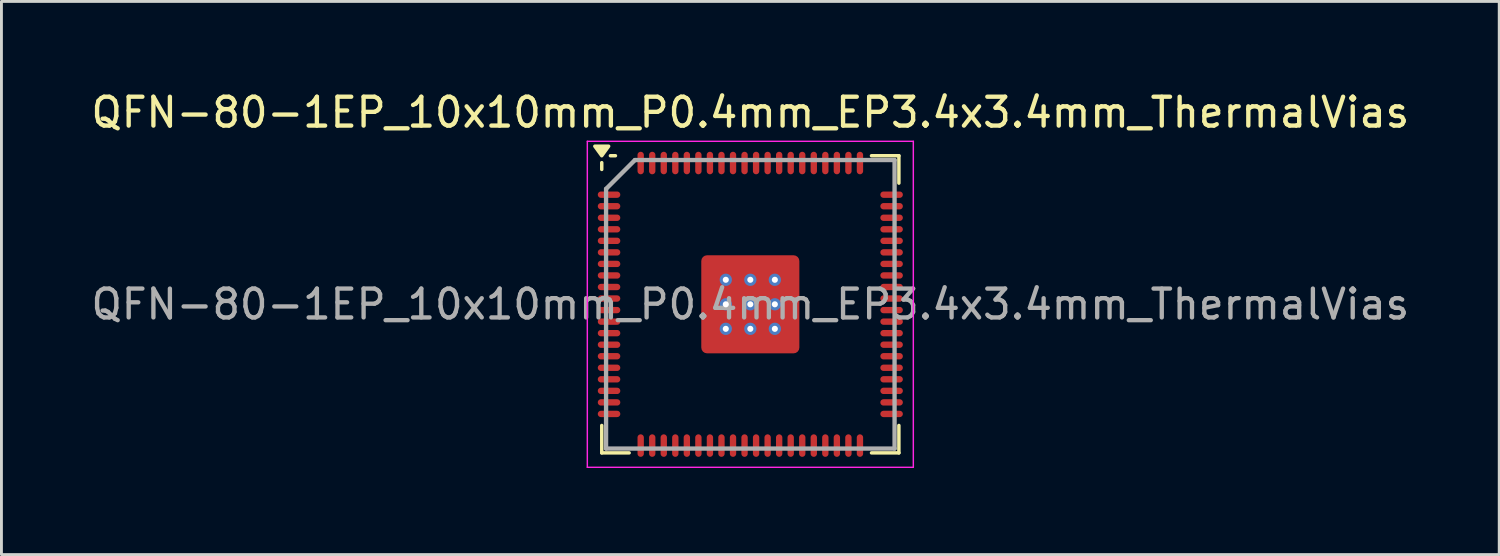
<source format=kicad_pcb>
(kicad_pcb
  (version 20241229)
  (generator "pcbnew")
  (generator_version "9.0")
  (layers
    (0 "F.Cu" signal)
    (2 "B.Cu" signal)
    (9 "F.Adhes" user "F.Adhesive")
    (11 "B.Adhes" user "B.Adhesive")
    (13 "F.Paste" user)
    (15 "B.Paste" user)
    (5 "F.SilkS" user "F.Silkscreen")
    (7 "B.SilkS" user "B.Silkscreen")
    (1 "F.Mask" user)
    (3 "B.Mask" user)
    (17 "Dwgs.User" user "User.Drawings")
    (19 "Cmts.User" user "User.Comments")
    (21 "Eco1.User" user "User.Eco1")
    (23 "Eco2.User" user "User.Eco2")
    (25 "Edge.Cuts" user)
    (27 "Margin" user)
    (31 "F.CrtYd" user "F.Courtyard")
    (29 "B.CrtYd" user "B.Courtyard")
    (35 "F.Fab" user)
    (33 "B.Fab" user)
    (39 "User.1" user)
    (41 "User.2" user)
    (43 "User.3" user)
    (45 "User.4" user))
  (footprint "QFN-80-1EP_10x10mm_P0.4mm_EP3.4x3.4mm_ThermalVias"
    (layer "F.Cu")
    (at 22.958 7.498)
    (property "Reference" "QFN-80-1EP_10x10mm_P0.4mm_EP3.4x3.4mm_ThermalVias" (at 0 -6.65 0) (layer "F.SilkS") (effects (font (size 1 1) (thickness 0.15))))
    (attr smd)
    (fp_line (start -5.15 -4.675) (end -5.15 -4.91) (stroke (width 0.12) (type solid)) (layer "F.SilkS"))
    (fp_line (start -5.15 5.15) (end -5.15 4.2) (stroke (width 0.12) (type default)) (layer "F.SilkS"))
    (fp_line (start -4.675 -5.15) (end -4.85 -5.15) (stroke (width 0.12) (type solid)) (layer "F.SilkS"))
    (fp_line (start -4.2 5.15) (end -5.15 5.15) (stroke (width 0.12) (type default)) (layer "F.SilkS"))
    (fp_line (start 4.2 -5.15) (end 5.15 -5.15) (stroke (width 0.12) (type default)) (layer "F.SilkS"))
    (fp_line (start 4.2 5.15) (end 5.15 5.15) (stroke (width 0.12) (type default)) (layer "F.SilkS"))
    (fp_line (start 5.15 -5.15) (end 5.15 -4.2) (stroke (width 0.12) (type default)) (layer "F.SilkS"))
    (fp_line (start 5.15 5.15) (end 5.15 4.2) (stroke (width 0.12) (type default)) (layer "F.SilkS"))
    (fp_poly (pts (xy -5.15 -5.15) (xy -5.39 -5.48) (xy -4.91 -5.48) (xy -5.15 -5.15)) (stroke (width 0.12) (type solid)) (fill yes) (layer "F.SilkS"))
    (fp_line (start -5.65 -5.65) (end 5.65 -5.65) (stroke (width 0.05) (type default)) (layer "F.CrtYd"))
    (fp_line (start -5.65 5.65) (end -5.65 -5.65) (stroke (width 0.05) (type default)) (layer "F.CrtYd"))
    (fp_line (start 5.65 -5.65) (end 5.65 5.65) (stroke (width 0.05) (type default)) (layer "F.CrtYd"))
    (fp_line (start 5.65 5.65) (end -5.65 5.65) (stroke (width 0.05) (type default)) (layer "F.CrtYd"))
    (fp_line (start -5 -4) (end -5 5) (stroke (width 0.15) (type default)) (layer "F.Fab"))
    (fp_line (start -5 5) (end 5 5) (stroke (width 0.15) (type default)) (layer "F.Fab"))
    (fp_line (start -4 -5) (end -5 -4) (stroke (width 0.15) (type default)) (layer "F.Fab"))
    (fp_line (start 5 -5) (end -4 -5) (stroke (width 0.15) (type default)) (layer "F.Fab"))
    (fp_line (start 5 5) (end 5 -5) (stroke (width 0.15) (type default)) (layer "F.Fab"))
    (fp_text user "${REFERENCE}" (at 0 0 0) (layer "F.Fab") (effects (font (size 1 1) (thickness 0.15))))
    (pad "" smd roundrect (at -1.275 -1.275) (size 0.5 0.5) (layers "F.Paste") (roundrect_rratio 0.25))
    (pad "" smd roundrect (at -1.275 -0.425) (size 0.5 0.5) (layers "F.Paste") (roundrect_rratio 0.25))
    (pad "" smd roundrect (at -1.275 0.425) (size 0.5 0.5) (layers "F.Paste") (roundrect_rratio 0.25))
    (pad "" smd roundrect (at -1.275 1.275) (size 0.5 0.5) (layers "F.Paste") (roundrect_rratio 0.25))
    (pad "" smd roundrect (at -0.425 -1.275) (size 0.5 0.5) (layers "F.Paste") (roundrect_rratio 0.25))
    (pad "" smd roundrect (at -0.425 -0.425) (size 0.5 0.5) (layers "F.Paste") (roundrect_rratio 0.25))
    (pad "" smd roundrect (at -0.425 0.425) (size 0.5 0.5) (layers "F.Paste") (roundrect_rratio 0.25))
    (pad "" smd roundrect (at -0.425 1.275) (size 0.5 0.5) (layers "F.Paste") (roundrect_rratio 0.25))
    (pad "" smd roundrect (at 0.425 -1.275) (size 0.5 0.5) (layers "F.Paste") (roundrect_rratio 0.25))
    (pad "" smd roundrect (at 0.425 -0.425) (size 0.5 0.5) (layers "F.Paste") (roundrect_rratio 0.25))
    (pad "" smd roundrect (at 0.425 0.425) (size 0.5 0.5) (layers "F.Paste") (roundrect_rratio 0.25))
    (pad "" smd roundrect (at 0.425 1.275) (size 0.5 0.5) (layers "F.Paste") (roundrect_rratio 0.25))
    (pad "" smd roundrect (at 1.275 -1.275) (size 0.5 0.5) (layers "F.Paste") (roundrect_rratio 0.25))
    (pad "" smd roundrect (at 1.275 -0.425) (size 0.5 0.5) (layers "F.Paste") (roundrect_rratio 0.25))
    (pad "" smd roundrect (at 1.275 0.425) (size 0.5 0.5) (layers "F.Paste") (roundrect_rratio 0.25))
    (pad "" smd roundrect (at 1.275 1.275) (size 0.5 0.5) (layers "F.Paste") (roundrect_rratio 0.25))
    (pad "1" smd oval (at -4.897 -3.8 90) (size 0.22 0.78) (layers "F.Cu" "F.Mask" "F.Paste"))
    (pad "2" smd oval (at -4.897 -3.4 90) (size 0.22 0.78) (layers "F.Cu" "F.Mask" "F.Paste"))
    (pad "3" smd oval (at -4.897 -3 90) (size 0.22 0.78) (layers "F.Cu" "F.Mask" "F.Paste"))
    (pad "4" smd oval (at -4.897 -2.6 90) (size 0.22 0.78) (layers "F.Cu" "F.Mask" "F.Paste"))
    (pad "5" smd oval (at -4.897 -2.2 90) (size 0.22 0.78) (layers "F.Cu" "F.Mask" "F.Paste"))
    (pad "6" smd oval (at -4.897 -1.8 90) (size 0.22 0.78) (layers "F.Cu" "F.Mask" "F.Paste"))
    (pad "7" smd oval (at -4.897 -1.4 90) (size 0.22 0.78) (layers "F.Cu" "F.Mask" "F.Paste"))
    (pad "8" smd oval (at -4.897 -1 90) (size 0.22 0.78) (layers "F.Cu" "F.Mask" "F.Paste"))
    (pad "9" smd oval (at -4.897 -0.6 90) (size 0.22 0.78) (layers "F.Cu" "F.Mask" "F.Paste"))
    (pad "10" smd oval (at -4.897 -0.2 90) (size 0.22 0.78) (layers "F.Cu" "F.Mask" "F.Paste"))
    (pad "11" smd oval (at -4.897 0.2 90) (size 0.22 0.78) (layers "F.Cu" "F.Mask" "F.Paste"))
    (pad "12" smd oval (at -4.897 0.6 90) (size 0.22 0.78) (layers "F.Cu" "F.Mask" "F.Paste"))
    (pad "13" smd oval (at -4.897 1 90) (size 0.22 0.78) (layers "F.Cu" "F.Mask" "F.Paste"))
    (pad "14" smd oval (at -4.897 1.4 90) (size 0.22 0.78) (layers "F.Cu" "F.Mask" "F.Paste"))
    (pad "15" smd oval (at -4.897 1.8 90) (size 0.22 0.78) (layers "F.Cu" "F.Mask" "F.Paste"))
    (pad "16" smd oval (at -4.897 2.2 90) (size 0.22 0.78) (layers "F.Cu" "F.Mask" "F.Paste"))
    (pad "17" smd oval (at -4.897 2.6 90) (size 0.22 0.78) (layers "F.Cu" "F.Mask" "F.Paste"))
    (pad "18" smd oval (at -4.897 3 90) (size 0.22 0.78) (layers "F.Cu" "F.Mask" "F.Paste"))
    (pad "19" smd oval (at -4.897 3.4 90) (size 0.22 0.78) (layers "F.Cu" "F.Mask" "F.Paste"))
    (pad "20" smd oval (at -4.897 3.8 90) (size 0.22 0.78) (layers "F.Cu" "F.Mask" "F.Paste"))
    (pad "21" smd oval (at -3.8 4.897) (size 0.22 0.78) (layers "F.Cu" "F.Mask" "F.Paste"))
    (pad "22" smd oval (at -3.4 4.897) (size 0.22 0.78) (layers "F.Cu" "F.Mask" "F.Paste"))
    (pad "23" smd oval (at -3 4.897) (size 0.22 0.78) (layers "F.Cu" "F.Mask" "F.Paste"))
    (pad "24" smd oval (at -2.6 4.897) (size 0.22 0.78) (layers "F.Cu" "F.Mask" "F.Paste"))
    (pad "25" smd oval (at -2.2 4.897) (size 0.22 0.78) (layers "F.Cu" "F.Mask" "F.Paste"))
    (pad "26" smd oval (at -1.8 4.897) (size 0.22 0.78) (layers "F.Cu" "F.Mask" "F.Paste"))
    (pad "27" smd oval (at -1.4 4.897) (size 0.22 0.78) (layers "F.Cu" "F.Mask" "F.Paste"))
    (pad "28" smd oval (at -1 4.897) (size 0.22 0.78) (layers "F.Cu" "F.Mask" "F.Paste"))
    (pad "29" smd oval (at -0.6 4.897) (size 0.22 0.78) (layers "F.Cu" "F.Mask" "F.Paste"))
    (pad "30" smd oval (at -0.2 4.897) (size 0.22 0.78) (layers "F.Cu" "F.Mask" "F.Paste"))
    (pad "31" smd oval (at 0.2 4.897) (size 0.22 0.78) (layers "F.Cu" "F.Mask" "F.Paste"))
    (pad "32" smd oval (at 0.6 4.897) (size 0.22 0.78) (layers "F.Cu" "F.Mask" "F.Paste"))
    (pad "33" smd oval (at 1 4.897) (size 0.22 0.78) (layers "F.Cu" "F.Mask" "F.Paste"))
    (pad "34" smd oval (at 1.4 4.897) (size 0.22 0.78) (layers "F.Cu" "F.Mask" "F.Paste"))
    (pad "35" smd oval (at 1.8 4.897) (size 0.22 0.78) (layers "F.Cu" "F.Mask" "F.Paste"))
    (pad "36" smd oval (at 2.2 4.897) (size 0.22 0.78) (layers "F.Cu" "F.Mask" "F.Paste"))
    (pad "37" smd oval (at 2.6 4.897) (size 0.22 0.78) (layers "F.Cu" "F.Mask" "F.Paste"))
    (pad "38" smd oval (at 3 4.897) (size 0.22 0.78) (layers "F.Cu" "F.Mask" "F.Paste"))
    (pad "39" smd oval (at 3.4 4.897) (size 0.22 0.78) (layers "F.Cu" "F.Mask" "F.Paste"))
    (pad "40" smd oval (at 3.8 4.897) (size 0.22 0.78) (layers "F.Cu" "F.Mask" "F.Paste"))
    (pad "41" smd oval (at 4.897 3.8 90) (size 0.22 0.78) (layers "F.Cu" "F.Mask" "F.Paste"))
    (pad "42" smd oval (at 4.897 3.4 90) (size 0.22 0.78) (layers "F.Cu" "F.Mask" "F.Paste"))
    (pad "43" smd oval (at 4.897 3 90) (size 0.22 0.78) (layers "F.Cu" "F.Mask" "F.Paste"))
    (pad "44" smd oval (at 4.897 2.6 90) (size 0.22 0.78) (layers "F.Cu" "F.Mask" "F.Paste"))
    (pad "45" smd oval (at 4.897 2.2 90) (size 0.22 0.78) (layers "F.Cu" "F.Mask" "F.Paste"))
    (pad "46" smd oval (at 4.897 1.8 90) (size 0.22 0.78) (layers "F.Cu" "F.Mask" "F.Paste"))
    (pad "47" smd oval (at 4.897 1.4 90) (size 0.22 0.78) (layers "F.Cu" "F.Mask" "F.Paste"))
    (pad "48" smd oval (at 4.897 1 90) (size 0.22 0.78) (layers "F.Cu" "F.Mask" "F.Paste"))
    (pad "49" smd oval (at 4.897 0.6 90) (size 0.22 0.78) (layers "F.Cu" "F.Mask" "F.Paste"))
    (pad "50" smd oval (at 4.897 0.2 90) (size 0.22 0.78) (layers "F.Cu" "F.Mask" "F.Paste"))
    (pad "51" smd oval (at 4.897 -0.2 90) (size 0.22 0.78) (layers "F.Cu" "F.Mask" "F.Paste"))
    (pad "52" smd oval (at 4.897 -0.6 90) (size 0.22 0.78) (layers "F.Cu" "F.Mask" "F.Paste"))
    (pad "53" smd oval (at 4.897 -1 90) (size 0.22 0.78) (layers "F.Cu" "F.Mask" "F.Paste"))
    (pad "54" smd oval (at 4.897 -1.4 90) (size 0.22 0.78) (layers "F.Cu" "F.Mask" "F.Paste"))
    (pad "55" smd oval (at 4.897 -1.8 90) (size 0.22 0.78) (layers "F.Cu" "F.Mask" "F.Paste"))
    (pad "56" smd oval (at 4.897 -2.2 90) (size 0.22 0.78) (layers "F.Cu" "F.Mask" "F.Paste"))
    (pad "57" smd oval (at 4.897 -2.6 90) (size 0.22 0.78) (layers "F.Cu" "F.Mask" "F.Paste"))
    (pad "58" smd oval (at 4.897 -3 90) (size 0.22 0.78) (layers "F.Cu" "F.Mask" "F.Paste"))
    (pad "59" smd oval (at 4.897 -3.4 90) (size 0.22 0.78) (layers "F.Cu" "F.Mask" "F.Paste"))
    (pad "60" smd oval (at 4.897 -3.8 90) (size 0.22 0.78) (layers "F.Cu" "F.Mask" "F.Paste"))
    (pad "61" smd oval (at 3.8 -4.897) (size 0.22 0.78) (layers "F.Cu" "F.Mask" "F.Paste"))
    (pad "62" smd oval (at 3.4 -4.897) (size 0.22 0.78) (layers "F.Cu" "F.Mask" "F.Paste"))
    (pad "63" smd oval (at 3 -4.897) (size 0.22 0.78) (layers "F.Cu" "F.Mask" "F.Paste"))
    (pad "64" smd oval (at 2.6 -4.897) (size 0.22 0.78) (layers "F.Cu" "F.Mask" "F.Paste"))
    (pad "65" smd oval (at 2.2 -4.897) (size 0.22 0.78) (layers "F.Cu" "F.Mask" "F.Paste"))
    (pad "66" smd oval (at 1.8 -4.897) (size 0.22 0.78) (layers "F.Cu" "F.Mask" "F.Paste"))
    (pad "67" smd oval (at 1.4 -4.897) (size 0.22 0.78) (layers "F.Cu" "F.Mask" "F.Paste"))
    (pad "68" smd oval (at 1 -4.897) (size 0.22 0.78) (layers "F.Cu" "F.Mask" "F.Paste"))
    (pad "69" smd oval (at 0.6 -4.897) (size 0.22 0.78) (layers "F.Cu" "F.Mask" "F.Paste"))
    (pad "70" smd oval (at 0.2 -4.897) (size 0.22 0.78) (layers "F.Cu" "F.Mask" "F.Paste"))
    (pad "71" smd oval (at -0.2 -4.897) (size 0.22 0.78) (layers "F.Cu" "F.Mask" "F.Paste"))
    (pad "72" smd oval (at -0.6 -4.897) (size 0.22 0.78) (layers "F.Cu" "F.Mask" "F.Paste"))
    (pad "73" smd oval (at -1 -4.897) (size 0.22 0.78) (layers "F.Cu" "F.Mask" "F.Paste"))
    (pad "74" smd oval (at -1.4 -4.897) (size 0.22 0.78) (layers "F.Cu" "F.Mask" "F.Paste"))
    (pad "75" smd oval (at -1.8 -4.897) (size 0.22 0.78) (layers "F.Cu" "F.Mask" "F.Paste"))
    (pad "76" smd oval (at -2.2 -4.897) (size 0.22 0.78) (layers "F.Cu" "F.Mask" "F.Paste"))
    (pad "77" smd oval (at -2.6 -4.897) (size 0.22 0.78) (layers "F.Cu" "F.Mask" "F.Paste"))
    (pad "78" smd oval (at -3 -4.897) (size 0.22 0.78) (layers "F.Cu" "F.Mask" "F.Paste"))
    (pad "79" smd oval (at -3.4 -4.897) (size 0.22 0.78) (layers "F.Cu" "F.Mask" "F.Paste"))
    (pad "80" smd oval (at -3.8 -4.897) (size 0.22 0.78) (layers "F.Cu" "F.Mask" "F.Paste"))
    (pad "81" thru_hole circle (at -0.85 -0.85) (size 0.425 0.425) (drill 0.212) (property pad_prop_heatsink) (layers "*.Cu" "*.Mask"))
    (pad "81" thru_hole circle (at -0.85 0) (size 0.425 0.425) (drill 0.212) (property pad_prop_heatsink) (layers "*.Cu" "*.Mask"))
    (pad "81" thru_hole circle (at -0.85 0.85) (size 0.425 0.425) (drill 0.212) (property pad_prop_heatsink) (layers "*.Cu" "*.Mask"))
    (pad "81" thru_hole circle (at 0 -0.85) (size 0.425 0.425) (drill 0.212) (property pad_prop_heatsink) (layers "*.Cu" "*.Mask"))
    (pad "81" thru_hole circle (at 0 0) (size 0.425 0.425) (drill 0.212) (property pad_prop_heatsink) (layers "*.Cu" "*.Mask"))
    (pad "81" smd roundrect (at 0 0) (size 3.4 3.4) (layers "F.Cu" "F.Mask") (roundrect_rratio 0.059))
    (pad "81" thru_hole circle (at 0 0.85) (size 0.425 0.425) (drill 0.212) (property pad_prop_heatsink) (layers "*.Cu" "*.Mask"))
    (pad "81" thru_hole circle (at 0.85 -0.85) (size 0.425 0.425) (drill 0.212) (property pad_prop_heatsink) (layers "*.Cu" "*.Mask"))
    (pad "81" thru_hole circle (at 0.85 0) (size 0.425 0.425) (drill 0.212) (property pad_prop_heatsink) (layers "*.Cu" "*.Mask"))
    (pad "81" thru_hole circle (at 0.85 0.85) (size 0.425 0.425) (drill 0.212) (property pad_prop_heatsink) (layers "*.Cu" "*.Mask")))
  (gr_rect
    (start -3 -3)
    (end 48.917 16.173)
    (stroke (width 0.1) (type default))
    (fill no)
    (layer "Edge.Cuts")))
</source>
